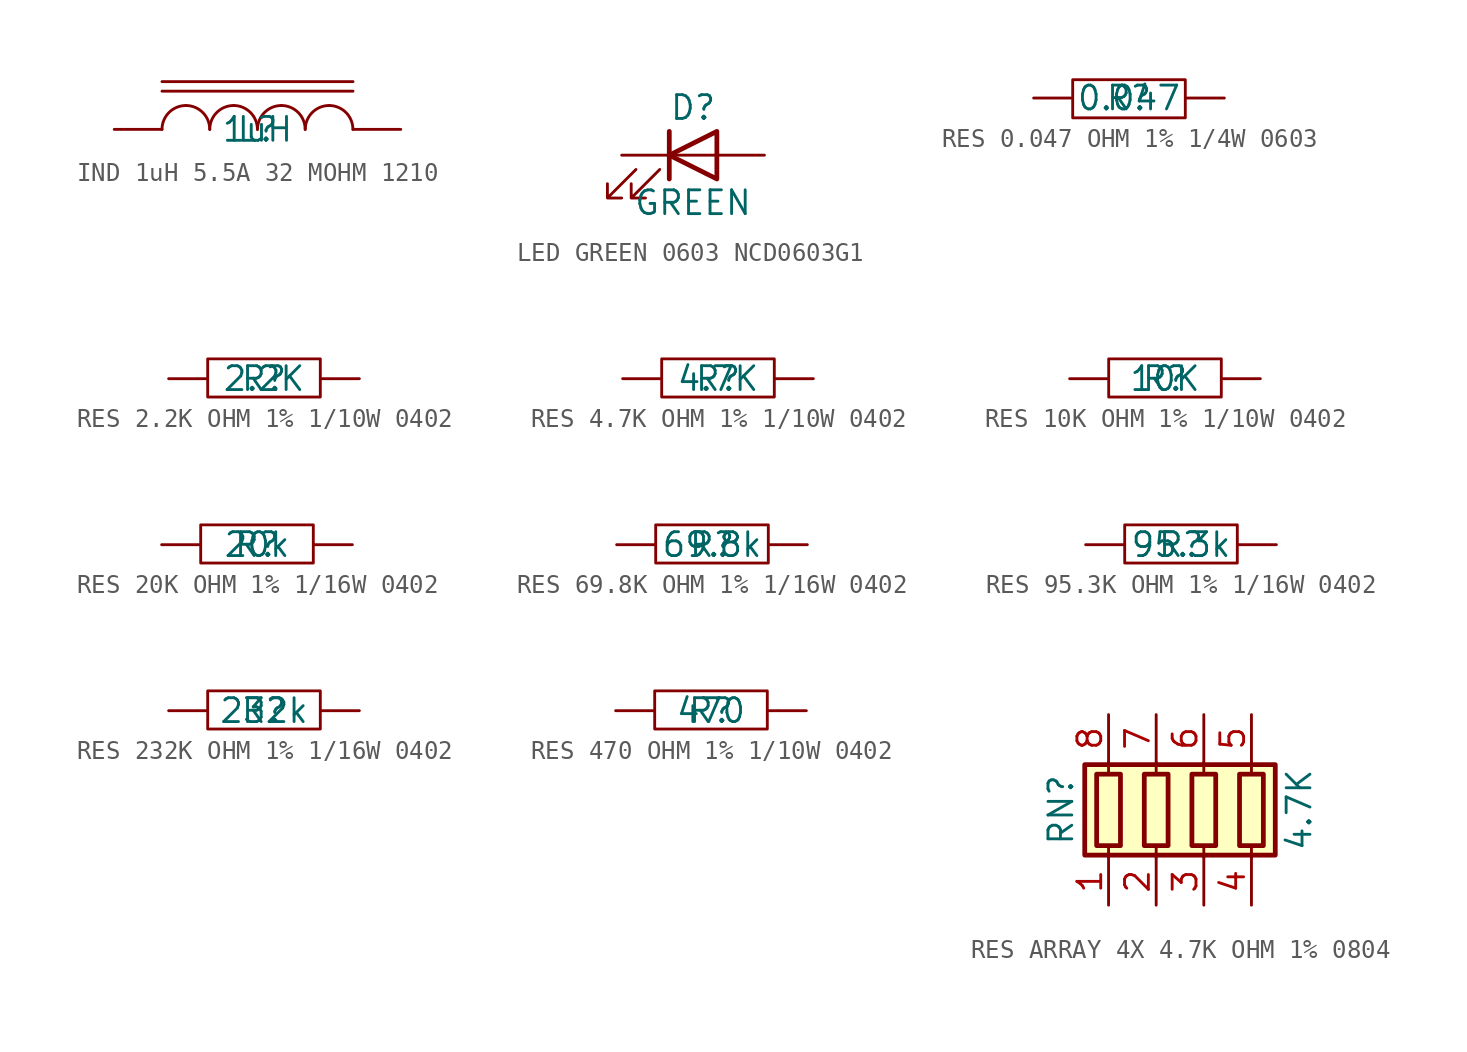
<source format=kicad_sym>
(kicad_symbol_lib
  (version 20241209)
  (generator "kicad_symbol_editor")
  (generator_version "9.0")
  (symbol "IND 1uH 5.5A 32 MOHM 1210"
    (pin_numbers
      (hide yes))
    (pin_names
      (hide yes))
    (property "Reference" "L"
      (at 0 0 0)
      (effects (font (size 1.27 1.27))))
    (property "Value" "1uH"
      (at 0 0 0)
      (effects (font (size 1.27 1.27))))
    (symbol "IND 1uH 5.5A 32 MOHM 1210_1_0"
      (polyline (pts (xy -5.08 2.54) (xy 5.08 2.54)) (stroke (width 0) (type solid)) (fill (type none)))
      (polyline (pts (xy -5.08 2.032) (xy 5.08 2.032)) (stroke (width 0) (type solid)) (fill (type none)))
      (arc (start -3.81 1.27) (mid -2.912 0.898) (end -2.54 0) (stroke (width 0) (type solid)) (fill (type none)))
      (arc (start -5.08 0) (mid -4.708 0.898) (end -3.81 1.27) (stroke (width 0) (type solid)) (fill (type none)))
      (arc (start -1.27 1.27) (mid -0.372 0.898) (end 0 0) (stroke (width 0) (type solid)) (fill (type none)))
      (arc (start -2.54 0) (mid -2.168 0.898) (end -1.27 1.27) (stroke (width 0) (type solid)) (fill (type none)))
      (arc (start 0 0) (mid 0.372 0.898) (end 1.27 1.27) (stroke (width 0) (type solid)) (fill (type none)))
      (arc (start 1.27 1.27) (mid 2.168 0.898) (end 2.54 0) (stroke (width 0) (type solid)) (fill (type none)))
      (arc (start 2.54 0) (mid 2.912 0.898) (end 3.81 1.27) (stroke (width 0) (type solid)) (fill (type none)))
      (arc (start 3.81 1.27) (mid 4.708 0.898) (end 5.08 0) (stroke (width 0) (type solid)) (fill (type none)))
      (pin passive line (at -7.62 0 0) (length 2.54) (name "1" (effects (font (size 1.27 1.27)))) (number "1" (effects (font (size 1.27 1.27)))))
      (pin passive line (at 7.62 0 180) (length 2.54) (name "2" (effects (font (size 1.27 1.27)))) (number "2" (effects (font (size 1.27 1.27)))))))
  (symbol "LED GREEN 0603 NCD0603G1"
    (pin_numbers
      (hide yes))
    (pin_names
      (offset 1.016)
      (hide yes))
    (property "Reference" "D"
      (at 0 2.54 0)
      (effects (font (size 1.27 1.27))))
    (property "Value" "GREEN"
      (at 0 -2.54 0)
      (effects (font (size 1.27 1.27))))
    (symbol "LED GREEN 0603 NCD0603G1_0_1"
      (polyline (pts (xy -3.048 -0.762) (xy -4.572 -2.286) (xy -3.81 -2.286) (xy -4.572 -2.286) (xy -4.572 -1.524)) (stroke (width 0) (type default)) (fill (type none)))
      (polyline (pts (xy -1.778 -0.762) (xy -3.302 -2.286) (xy -2.54 -2.286) (xy -3.302 -2.286) (xy -3.302 -1.524)) (stroke (width 0) (type default)) (fill (type none)))
      (polyline (pts (xy -1.27 0) (xy 1.27 0)) (stroke (width 0) (type default)) (fill (type none)))
      (polyline (pts (xy -1.27 -1.27) (xy -1.27 1.27)) (stroke (width 0.254) (type default)) (fill (type none)))
      (polyline (pts (xy 1.27 -1.27) (xy 1.27 1.27) (xy -1.27 0) (xy 1.27 -1.27)) (stroke (width 0.254) (type default)) (fill (type none))))
    (symbol "LED GREEN 0603 NCD0603G1_1_1"
      (pin passive line (at -3.81 0 0) (length 2.54) (name "K" (effects (font (size 1.27 1.27)))) (number "1" (effects (font (size 1.27 1.27)))))
      (pin passive line (at 3.81 0 180) (length 2.54) (name "A" (effects (font (size 1.27 1.27)))) (number "2" (effects (font (size 1.27 1.27)))))))
  (symbol "RES 0.047 OHM 1% 1/4W 0603"
    (pin_numbers
      (hide yes))
    (pin_names
      (hide yes))
    (property "Reference" "R"
      (at 0 0 0)
      (effects (font (size 1.27 1.27))))
    (property "Value" "0.047"
      (at 0 0 0)
      (effects (font (size 1.27 1.27))))
    (symbol "RES 0.047 OHM 1% 1/4W 0603_1_0"
      (rectangle (start 3 0.976) (end -3 -1.056) (stroke (width 0) (type solid)) (fill (type none)))
      (pin passive line (at -5.08 0 0) (length 2) (name "1" (effects (font (size 1.27 1.27)))) (number "1" (effects (font (size 1.27 1.27)))))
      (pin passive line (at 5.08 0 180) (length 2) (name "2" (effects (font (size 1.27 1.27)))) (number "2" (effects (font (size 1.27 1.27)))))))
  (symbol "RES 2.2K OHM 1% 1/10W 0402"
    (pin_numbers
      (hide yes))
    (pin_names
      (hide yes))
    (property "Reference" "R"
      (at 0 0 0)
      (effects (font (size 1.27 1.27))))
    (property "Value" "2.2K"
      (at 0 0 0)
      (effects (font (size 1.27 1.27))))
    (symbol "RES 2.2K OHM 1% 1/10W 0402_1_0"
      (rectangle (start 3 1.056) (end -3 -0.976) (stroke (width 0) (type solid)) (fill (type none)))
      (pin passive line (at -5.08 0 0) (length 2) (name "1" (effects (font (size 1.27 1.27)))) (number "1" (effects (font (size 1.27 1.27)))))
      (pin passive line (at 5.08 0 180) (length 2) (name "2" (effects (font (size 1.27 1.27)))) (number "2" (effects (font (size 1.27 1.27)))))))
  (symbol "RES 4.7K OHM 1% 1/10W 0402"
    (pin_numbers
      (hide yes))
    (pin_names
      (hide yes))
    (property "Reference" "R"
      (at 0 0 0)
      (effects (font (size 1.27 1.27))))
    (property "Value" "4.7K"
      (at 0 0 0)
      (effects (font (size 1.27 1.27))))
    (symbol "RES 4.7K OHM 1% 1/10W 0402_1_0"
      (rectangle (start 3 1.056) (end -3 -0.976) (stroke (width 0) (type solid)) (fill (type none)))
      (pin passive line (at -5.08 0 0) (length 2) (name "1" (effects (font (size 1.27 1.27)))) (number "1" (effects (font (size 1.27 1.27)))))
      (pin passive line (at 5.08 0 180) (length 2) (name "2" (effects (font (size 1.27 1.27)))) (number "2" (effects (font (size 1.27 1.27)))))))
  (symbol "RES 10K OHM 1% 1/10W 0402"
    (pin_numbers
      (hide yes))
    (pin_names
      (hide yes))
    (property "Reference" "R"
      (at 0 0 0)
      (effects (font (size 1.27 1.27))))
    (property "Value" "10K"
      (at 0 0 0)
      (effects (font (size 1.27 1.27))))
    (symbol "RES 10K OHM 1% 1/10W 0402_1_0"
      (rectangle (start 3 1.056) (end -3 -0.976) (stroke (width 0) (type solid)) (fill (type none)))
      (pin passive line (at -5.08 0 0) (length 2) (name "2" (effects (font (size 1.27 1.27)))) (number "2" (effects (font (size 1.27 1.27)))))
      (pin passive line (at 5.08 0 180) (length 2) (name "1" (effects (font (size 1.27 1.27)))) (number "1" (effects (font (size 1.27 1.27)))))))
  (symbol "RES 20K OHM 1% 1/16W 0402"
    (pin_numbers
      (hide yes))
    (pin_names
      (hide yes))
    (property "Reference" "R"
      (at 0 0 0)
      (effects (font (size 1.27 1.27))))
    (property "Value" "20k"
      (at 0 0 0)
      (effects (font (size 1.27 1.27))))
    (symbol "RES 20K OHM 1% 1/16W 0402_1_0"
      (rectangle (start -3 -0.976) (end 3 1.056) (stroke (width 0) (type solid)) (fill (type none)))
      (pin passive line (at -5.08 0 0) (length 2) (name "2" (effects (font (size 1.27 1.27)))) (number "2" (effects (font (size 1.27 1.27)))))
      (pin passive line (at 5.08 0 180) (length 2) (name "1" (effects (font (size 1.27 1.27)))) (number "1" (effects (font (size 1.27 1.27)))))))
  (symbol "RES 69.8K OHM 1% 1/16W 0402"
    (pin_numbers
      (hide yes))
    (pin_names
      (hide yes))
    (property "Reference" "R"
      (at 0 0 0)
      (effects (font (size 1.27 1.27))))
    (property "Value" "69.8k"
      (at 0 0 0)
      (effects (font (size 1.27 1.27))))
    (symbol "RES 69.8K OHM 1% 1/16W 0402_1_0"
      (rectangle (start -3 -0.976) (end 3 1.056) (stroke (width 0) (type solid)) (fill (type none)))
      (pin passive line (at -5.08 0 0) (length 2) (name "2" (effects (font (size 1.27 1.27)))) (number "2" (effects (font (size 1.27 1.27)))))
      (pin passive line (at 5.08 0 180) (length 2) (name "1" (effects (font (size 1.27 1.27)))) (number "1" (effects (font (size 1.27 1.27)))))))
  (symbol "RES 95.3K OHM 1% 1/16W 0402"
    (pin_numbers
      (hide yes))
    (pin_names
      (hide yes))
    (property "Reference" "R"
      (at 0 0 0)
      (effects (font (size 1.27 1.27))))
    (property "Value" "95.3k"
      (at 0 0 0)
      (effects (font (size 1.27 1.27))))
    (symbol "RES 95.3K OHM 1% 1/16W 0402_1_0"
      (rectangle (start -3 -0.976) (end 3 1.056) (stroke (width 0) (type solid)) (fill (type none)))
      (pin passive line (at -5.08 0 0) (length 2) (name "2" (effects (font (size 1.27 1.27)))) (number "2" (effects (font (size 1.27 1.27)))))
      (pin passive line (at 5.08 0 180) (length 2) (name "1" (effects (font (size 1.27 1.27)))) (number "1" (effects (font (size 1.27 1.27)))))))
  (symbol "RES 232K OHM 1% 1/16W 0402"
    (pin_numbers
      (hide yes))
    (pin_names
      (hide yes))
    (property "Reference" "R"
      (at 0 0 0)
      (effects (font (size 1.27 1.27))))
    (property "Value" "232k"
      (at 0 0 0)
      (effects (font (size 1.27 1.27))))
    (symbol "RES 232K OHM 1% 1/16W 0402_1_0"
      (rectangle (start -3 -0.976) (end 3 1.056) (stroke (width 0) (type solid)) (fill (type none)))
      (pin passive line (at -5.08 0 0) (length 2) (name "2" (effects (font (size 1.27 1.27)))) (number "2" (effects (font (size 1.27 1.27)))))
      (pin passive line (at 5.08 0 180) (length 2) (name "1" (effects (font (size 1.27 1.27)))) (number "1" (effects (font (size 1.27 1.27)))))))
  (symbol "RES 470 OHM 1% 1/10W 0402"
    (pin_numbers
      (hide yes))
    (pin_names
      (hide yes))
    (property "Reference" "R"
      (at 0 0 0)
      (effects (font (size 1.27 1.27))))
    (property "Value" "470"
      (at 0 0 0)
      (effects (font (size 1.27 1.27))))
    (symbol "RES 470 OHM 1% 1/10W 0402_1_0"
      (rectangle (start 3 1.056) (end -3 -0.976) (stroke (width 0) (type solid)) (fill (type none)))
      (pin passive line (at -5.08 0 0) (length 2) (name "1" (effects (font (size 1.27 1.27)))) (number "1" (effects (font (size 1.27 1.27)))))
      (pin passive line (at 5.08 0 180) (length 2) (name "2" (effects (font (size 1.27 1.27)))) (number "2" (effects (font (size 1.27 1.27)))))))
  (symbol "RES ARRAY 4X 4.7K OHM 1% 0804"
    (pin_names
      (offset 0)
      (hide yes))
    (property "Reference" "RN"
      (at -7.62 0 90)
      (effects (font (size 1.27 1.27))))
    (property "Value" "4.7K"
      (at 5.08 0 90)
      (effects (font (size 1.27 1.27))))
    (symbol "RES ARRAY 4X 4.7K OHM 1% 0804_0_1"
      (rectangle (start -6.35 -2.413) (end 3.81 2.413) (stroke (width 0.254) (type default)) (fill (type background)))
      (rectangle (start -5.715 1.905) (end -4.445 -1.905) (stroke (width 0.254) (type default)) (fill (type none)))
      (polyline (pts (xy -5.08 1.905) (xy -5.08 2.54)) (stroke (width 0) (type default)) (fill (type none)))
      (polyline (pts (xy -5.08 -2.54) (xy -5.08 -1.905)) (stroke (width 0) (type default)) (fill (type none)))
      (rectangle (start -3.175 1.905) (end -1.905 -1.905) (stroke (width 0.254) (type default)) (fill (type none)))
      (polyline (pts (xy -2.54 1.905) (xy -2.54 2.54)) (stroke (width 0) (type default)) (fill (type none)))
      (polyline (pts (xy -2.54 -2.54) (xy -2.54 -1.905)) (stroke (width 0) (type default)) (fill (type none)))
      (rectangle (start -0.635 1.905) (end 0.635 -1.905) (stroke (width 0.254) (type default)) (fill (type none)))
      (polyline (pts (xy 0 1.905) (xy 0 2.54)) (stroke (width 0) (type default)) (fill (type none)))
      (polyline (pts (xy 0 -2.54) (xy 0 -1.905)) (stroke (width 0) (type default)) (fill (type none)))
      (rectangle (start 1.905 1.905) (end 3.175 -1.905) (stroke (width 0.254) (type default)) (fill (type none)))
      (polyline (pts (xy 2.54 1.905) (xy 2.54 2.54)) (stroke (width 0) (type default)) (fill (type none)))
      (polyline (pts (xy 2.54 -2.54) (xy 2.54 -1.905)) (stroke (width 0) (type default)) (fill (type none))))
    (symbol "RES ARRAY 4X 4.7K OHM 1% 0804_1_1"
      (pin passive line (at -5.08 5.08 270) (length 2.54) (name "R1.2" (effects (font (size 1.27 1.27)))) (number "8" (effects (font (size 1.27 1.27)))))
      (pin passive line (at -5.08 -5.08 90) (length 2.54) (name "R1.1" (effects (font (size 1.27 1.27)))) (number "1" (effects (font (size 1.27 1.27)))))
      (pin passive line (at -2.54 5.08 270) (length 2.54) (name "R2.2" (effects (font (size 1.27 1.27)))) (number "7" (effects (font (size 1.27 1.27)))))
      (pin passive line (at -2.54 -5.08 90) (length 2.54) (name "R2.1" (effects (font (size 1.27 1.27)))) (number "2" (effects (font (size 1.27 1.27)))))
      (pin passive line (at 0 5.08 270) (length 2.54) (name "R3.2" (effects (font (size 1.27 1.27)))) (number "6" (effects (font (size 1.27 1.27)))))
      (pin passive line (at 0 -5.08 90) (length 2.54) (name "R3.1" (effects (font (size 1.27 1.27)))) (number "3" (effects (font (size 1.27 1.27)))))
      (pin passive line (at 2.54 5.08 270) (length 2.54) (name "R4.2" (effects (font (size 1.27 1.27)))) (number "5" (effects (font (size 1.27 1.27)))))
      (pin passive line (at 2.54 -5.08 90) (length 2.54) (name "R4.1" (effects (font (size 1.27 1.27)))) (number "4" (effects (font (size 1.27 1.27))))))))
</source>
